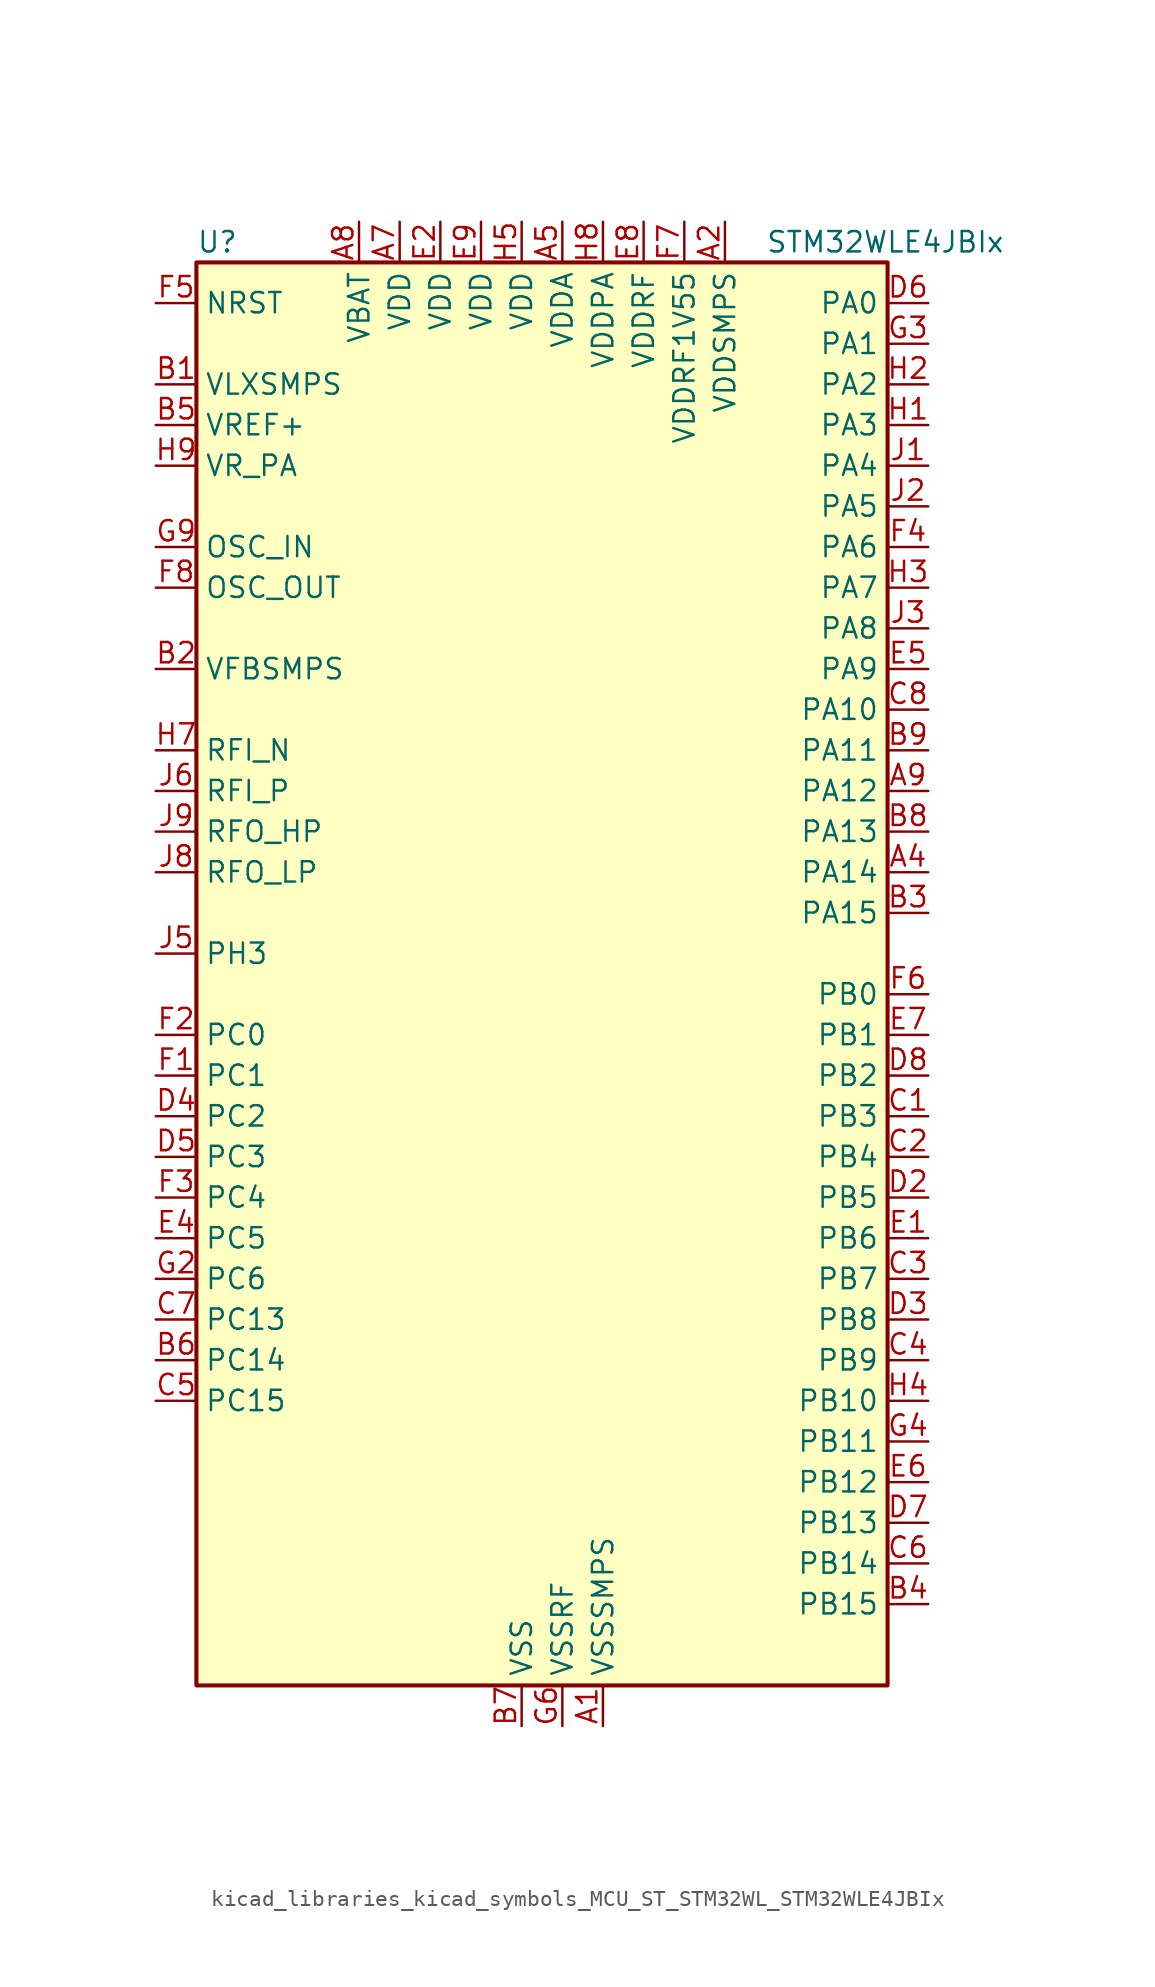
<source format=kicad_sym>
(kicad_symbol_lib
  (version 20220914)
  (generator kicad_symbol_editor)
  (symbol "kicad_libraries_kicad_symbols_MCU_ST_STM32WL_STM32WLE4JBIx"
    (property "Reference" "U"
      (at -20.32 46.99 0)
      (effects (font (size 1.27 1.27)) (justify left)))
    (property "Value" "STM32WLE4JBIx"
      (at 15.24 46.99 0)
      (effects (font (size 1.27 1.27)) (justify left)))
    (property "ki_locked" ""
      (at 0 0 0)
      (effects (font (size 1.27 1.27))))
    (symbol "kicad_libraries_kicad_symbols_MCU_ST_STM32WL_STM32WLE4JBIx_0_1"
      (rectangle (start -20.32 -43.18) (end 22.86 45.72) (stroke (width 0.254) (type default)) (fill (type background))))
    (symbol "kicad_libraries_kicad_symbols_MCU_ST_STM32WL_STM32WLE4JBIx_1_1"
      (pin power_in line (at 5.08 -45.72 90) (length 2.54) (name "VSSSMPS" (effects (font (size 1.27 1.27)))) (number "A1" (effects (font (size 1.27 1.27)))))
      (pin power_in line (at 12.7 48.26 270) (length 2.54) (name "VDDSMPS" (effects (font (size 1.27 1.27)))) (number "A2" (effects (font (size 1.27 1.27)))))
      (pin bidirectional line (at 25.4 7.62 180) (length 2.54) (name "PA14" (effects (font (size 1.27 1.27)))) (number "A4" (effects (font (size 1.27 1.27)))) (alternate "ADC_IN10" bidirectional line) (alternate "DEBUG_JTCK-SWCLK" bidirectional line) (alternate "I2C1_SMBA" bidirectional line) (alternate "LPTIM1_OUT" bidirectional line))
      (pin power_in line (at 2.54 48.26 270) (length 2.54) (name "VDDA" (effects (font (size 1.27 1.27)))) (number "A5" (effects (font (size 1.27 1.27)))))
      (pin power_in line (at -7.62 48.26 270) (length 2.54) (name "VDD" (effects (font (size 1.27 1.27)))) (number "A7" (effects (font (size 1.27 1.27)))))
      (pin power_in line (at -10.16 48.26 270) (length 2.54) (name "VBAT" (effects (font (size 1.27 1.27)))) (number "A8" (effects (font (size 1.27 1.27)))))
      (pin bidirectional line (at 25.4 12.7 180) (length 2.54) (name "PA12" (effects (font (size 1.27 1.27)))) (number "A9" (effects (font (size 1.27 1.27)))) (alternate "ADC_IN8" bidirectional line) (alternate "DEBUG_RF-BUSY" bidirectional line) (alternate "I2C2_SCL" bidirectional line) (alternate "LPTIM3_IN1" bidirectional line) (alternate "SPI1_MOSI" bidirectional line) (alternate "TIM1_ETR" bidirectional line) (alternate "USART1_DE" bidirectional line) (alternate "USART1_RTS" bidirectional line))
      (pin power_in line (at -22.86 38.1 0) (length 2.54) (name "VLXSMPS" (effects (font (size 1.27 1.27)))) (number "B1" (effects (font (size 1.27 1.27)))))
      (pin input line (at -22.86 20.32 0) (length 2.54) (name "VFBSMPS" (effects (font (size 1.27 1.27)))) (number "B2" (effects (font (size 1.27 1.27)))))
      (pin bidirectional line (at 25.4 5.08 180) (length 2.54) (name "PA15" (effects (font (size 1.27 1.27)))) (number "B3" (effects (font (size 1.27 1.27)))) (alternate "ADC_IN11" bidirectional line) (alternate "COMP1_INM" bidirectional line) (alternate "COMP2_INP" bidirectional line) (alternate "DEBUG_JTDI" bidirectional line) (alternate "I2C2_SDA" bidirectional line) (alternate "SPI1_NSS" bidirectional line) (alternate "TIM2_CH1" bidirectional line) (alternate "TIM2_ETR" bidirectional line))
      (pin bidirectional line (at 25.4 -38.1 180) (length 2.54) (name "PB15" (effects (font (size 1.27 1.27)))) (number "B4" (effects (font (size 1.27 1.27)))) (alternate "I2C2_SCL" bidirectional line) (alternate "I2S2_SD" bidirectional line) (alternate "SPI2_MOSI" bidirectional line) (alternate "TIM1_CH3N" bidirectional line))
      (pin input line (at -22.86 35.56 0) (length 2.54) (name "VREF+" (effects (font (size 1.27 1.27)))) (number "B5" (effects (font (size 1.27 1.27)))) (alternate "VREFBUF_OUT" bidirectional line))
      (pin bidirectional line (at -22.86 -22.86 0) (length 2.54) (name "PC14" (effects (font (size 1.27 1.27)))) (number "B6" (effects (font (size 1.27 1.27)))) (alternate "RCC_OSC32_IN" bidirectional line))
      (pin power_in line (at 0 -45.72 90) (length 2.54) (name "VSS" (effects (font (size 1.27 1.27)))) (number "B7" (effects (font (size 1.27 1.27)))))
      (pin bidirectional line (at 25.4 10.16 180) (length 2.54) (name "PA13" (effects (font (size 1.27 1.27)))) (number "B8" (effects (font (size 1.27 1.27)))) (alternate "ADC_IN9" bidirectional line) (alternate "DEBUG_JTMS-SWDIO" bidirectional line) (alternate "I2C2_SMBA" bidirectional line) (alternate "IR_OUT" bidirectional line))
      (pin bidirectional line (at 25.4 15.24 180) (length 2.54) (name "PA11" (effects (font (size 1.27 1.27)))) (number "B9" (effects (font (size 1.27 1.27)))) (alternate "ADC_EXTI11" bidirectional line) (alternate "ADC_IN7" bidirectional line) (alternate "COMP1_INM" bidirectional line) (alternate "COMP2_INM" bidirectional line) (alternate "DEBUG_RF-NRESET" bidirectional line) (alternate "I2C2_SDA" bidirectional line) (alternate "LPTIM3_ETR" bidirectional line) (alternate "SPI1_MISO" bidirectional line) (alternate "TIM1_BKIN2" bidirectional line) (alternate "TIM1_CH4" bidirectional line) (alternate "USART1_CTS" bidirectional line) (alternate "USART1_NSS" bidirectional line))
      (pin bidirectional line (at 25.4 -7.62 180) (length 2.54) (name "PB3" (effects (font (size 1.27 1.27)))) (number "C1" (effects (font (size 1.27 1.27)))) (alternate "ADC_IN2" bidirectional line) (alternate "COMP1_INM" bidirectional line) (alternate "COMP2_INM" bidirectional line) (alternate "DEBUG_JTDO-SWO" bidirectional line) (alternate "DEBUG_RF-DTB1" bidirectional line) (alternate "PWR_WKUP3" bidirectional line) (alternate "RTC_TAMP_IN3" bidirectional line) (alternate "SPI1_SCK" bidirectional line) (alternate "TIM2_CH2" bidirectional line) (alternate "USART1_DE" bidirectional line) (alternate "USART1_RTS" bidirectional line))
      (pin bidirectional line (at 25.4 -10.16 180) (length 2.54) (name "PB4" (effects (font (size 1.27 1.27)))) (number "C2" (effects (font (size 1.27 1.27)))) (alternate "ADC_IN3" bidirectional line) (alternate "COMP1_INP" bidirectional line) (alternate "COMP2_INP" bidirectional line) (alternate "DEBUG_JTRST" bidirectional line) (alternate "DEBUG_RF-LDORDY" bidirectional line) (alternate "I2C3_SDA" bidirectional line) (alternate "SPI1_MISO" bidirectional line) (alternate "TIM17_BKIN" bidirectional line) (alternate "USART1_CTS" bidirectional line) (alternate "USART1_NSS" bidirectional line))
      (pin bidirectional line (at 25.4 -17.78 180) (length 2.54) (name "PB7" (effects (font (size 1.27 1.27)))) (number "C3" (effects (font (size 1.27 1.27)))) (alternate "I2C1_SDA" bidirectional line) (alternate "LPTIM1_IN2" bidirectional line) (alternate "PWR_PVD_IN" bidirectional line) (alternate "TIM17_CH1N" bidirectional line) (alternate "TIM1_BKIN" bidirectional line) (alternate "USART1_RX" bidirectional line))
      (pin bidirectional line (at 25.4 -22.86 180) (length 2.54) (name "PB9" (effects (font (size 1.27 1.27)))) (number "C4" (effects (font (size 1.27 1.27)))) (alternate "DAC_EXTI9" bidirectional line) (alternate "I2C1_SDA" bidirectional line) (alternate "I2S2_WS" bidirectional line) (alternate "IR_OUT" bidirectional line) (alternate "SPI2_NSS" bidirectional line) (alternate "TIM17_CH1" bidirectional line) (alternate "TIM1_CH3N" bidirectional line))
      (pin bidirectional line (at -22.86 -25.4 0) (length 2.54) (name "PC15" (effects (font (size 1.27 1.27)))) (number "C5" (effects (font (size 1.27 1.27)))) (alternate "RCC_OSC32_OUT" bidirectional line))
      (pin bidirectional line (at 25.4 -35.56 180) (length 2.54) (name "PB14" (effects (font (size 1.27 1.27)))) (number "C6" (effects (font (size 1.27 1.27)))) (alternate "ADC_IN1" bidirectional line) (alternate "I2C3_SDA" bidirectional line) (alternate "I2S2_MCK" bidirectional line) (alternate "SPI2_MISO" bidirectional line) (alternate "TIM1_CH2N" bidirectional line))
      (pin bidirectional line (at -22.86 -20.32 0) (length 2.54) (name "PC13" (effects (font (size 1.27 1.27)))) (number "C7" (effects (font (size 1.27 1.27)))) (alternate "PWR_WKUP2" bidirectional line) (alternate "RTC_OUT1" bidirectional line) (alternate "RTC_TAMP_IN1" bidirectional line) (alternate "RTC_TS" bidirectional line))
      (pin bidirectional line (at 25.4 17.78 180) (length 2.54) (name "PA10" (effects (font (size 1.27 1.27)))) (number "C8" (effects (font (size 1.27 1.27)))) (alternate "ADC_IN6" bidirectional line) (alternate "COMP1_INM" bidirectional line) (alternate "COMP2_INM" bidirectional line) (alternate "DAC_OUT1" bidirectional line) (alternate "DEBUG_RF-HSE32RDY" bidirectional line) (alternate "I2C1_SDA" bidirectional line) (alternate "I2S2_SD" bidirectional line) (alternate "RTC_REFIN" bidirectional line) (alternate "SPI2_MOSI" bidirectional line) (alternate "TIM17_BKIN" bidirectional line) (alternate "TIM1_CH3" bidirectional line) (alternate "USART1_RX" bidirectional line))
      (pin bidirectional line (at 25.4 -12.7 180) (length 2.54) (name "PB5" (effects (font (size 1.27 1.27)))) (number "D2" (effects (font (size 1.27 1.27)))) (alternate "COMP2_OUT" bidirectional line) (alternate "I2C1_SMBA" bidirectional line) (alternate "LPTIM1_IN1" bidirectional line) (alternate "SPI1_MOSI" bidirectional line) (alternate "TIM16_BKIN" bidirectional line) (alternate "USART1_CK" bidirectional line))
      (pin bidirectional line (at 25.4 -20.32 180) (length 2.54) (name "PB8" (effects (font (size 1.27 1.27)))) (number "D3" (effects (font (size 1.27 1.27)))) (alternate "I2C1_SCL" bidirectional line) (alternate "TIM16_CH1" bidirectional line) (alternate "TIM1_CH2N" bidirectional line))
      (pin bidirectional line (at -22.86 -7.62 0) (length 2.54) (name "PC2" (effects (font (size 1.27 1.27)))) (number "D4" (effects (font (size 1.27 1.27)))) (alternate "LPTIM1_IN2" bidirectional line) (alternate "SPI2_MISO" bidirectional line))
      (pin bidirectional line (at -22.86 -10.16 0) (length 2.54) (name "PC3" (effects (font (size 1.27 1.27)))) (number "D5" (effects (font (size 1.27 1.27)))) (alternate "I2S2_SD" bidirectional line) (alternate "LPTIM1_ETR" bidirectional line) (alternate "LPTIM2_ETR" bidirectional line) (alternate "SPI2_MOSI" bidirectional line))
      (pin bidirectional line (at 25.4 43.18 180) (length 2.54) (name "PA0" (effects (font (size 1.27 1.27)))) (number "D6" (effects (font (size 1.27 1.27)))) (alternate "COMP1_OUT" bidirectional line) (alternate "DEBUG_PWR-REGLP1S" bidirectional line) (alternate "I2C3_SMBA" bidirectional line) (alternate "I2S_CKIN" bidirectional line) (alternate "PWR_WKUP1" bidirectional line) (alternate "RTC_TAMP_IN2" bidirectional line) (alternate "TIM2_CH1" bidirectional line) (alternate "TIM2_ETR" bidirectional line) (alternate "USART2_CTS" bidirectional line) (alternate "USART2_NSS" bidirectional line))
      (pin bidirectional line (at 25.4 -33.02 180) (length 2.54) (name "PB13" (effects (font (size 1.27 1.27)))) (number "D7" (effects (font (size 1.27 1.27)))) (alternate "ADC_IN0" bidirectional line) (alternate "I2C3_SCL" bidirectional line) (alternate "I2S2_CK" bidirectional line) (alternate "LPUART1_CTS" bidirectional line) (alternate "SPI2_SCK" bidirectional line) (alternate "TIM1_CH1N" bidirectional line))
      (pin bidirectional line (at 25.4 -5.08 180) (length 2.54) (name "PB2" (effects (font (size 1.27 1.27)))) (number "D8" (effects (font (size 1.27 1.27)))) (alternate "ADC_IN4" bidirectional line) (alternate "COMP1_INP" bidirectional line) (alternate "COMP2_INM" bidirectional line) (alternate "DEBUG_RF-SMPSRDY" bidirectional line) (alternate "I2C3_SMBA" bidirectional line) (alternate "LPTIM1_OUT" bidirectional line) (alternate "SPI1_NSS" bidirectional line))
      (pin passive line (at 0 -45.72 90) (length 2.54) hide (name "VSS" (effects (font (size 1.27 1.27)))) (number "D9" (effects (font (size 1.27 1.27)))))
      (pin bidirectional line (at 25.4 -15.24 180) (length 2.54) (name "PB6" (effects (font (size 1.27 1.27)))) (number "E1" (effects (font (size 1.27 1.27)))) (alternate "I2C1_SCL" bidirectional line) (alternate "LPTIM1_ETR" bidirectional line) (alternate "TIM16_CH1N" bidirectional line) (alternate "USART1_TX" bidirectional line))
      (pin power_in line (at -5.08 48.26 270) (length 2.54) (name "VDD" (effects (font (size 1.27 1.27)))) (number "E2" (effects (font (size 1.27 1.27)))))
      (pin passive line (at 0 -45.72 90) (length 2.54) hide (name "VSS" (effects (font (size 1.27 1.27)))) (number "E3" (effects (font (size 1.27 1.27)))))
      (pin bidirectional line (at -22.86 -15.24 0) (length 2.54) (name "PC5" (effects (font (size 1.27 1.27)))) (number "E4" (effects (font (size 1.27 1.27)))))
      (pin bidirectional line (at 25.4 20.32 180) (length 2.54) (name "PA9" (effects (font (size 1.27 1.27)))) (number "E5" (effects (font (size 1.27 1.27)))) (alternate "DAC_EXTI9" bidirectional line) (alternate "I2C1_SCL" bidirectional line) (alternate "I2S2_CK" bidirectional line) (alternate "I2S2_WS" bidirectional line) (alternate "SPI2_NSS" bidirectional line) (alternate "SPI2_SCK" bidirectional line) (alternate "TIM1_CH2" bidirectional line) (alternate "USART1_TX" bidirectional line))
      (pin bidirectional line (at 25.4 -30.48 180) (length 2.54) (name "PB12" (effects (font (size 1.27 1.27)))) (number "E6" (effects (font (size 1.27 1.27)))) (alternate "I2C3_SMBA" bidirectional line) (alternate "I2S2_WS" bidirectional line) (alternate "LPUART1_RTS" bidirectional line) (alternate "SPI2_NSS" bidirectional line) (alternate "TIM1_BKIN" bidirectional line))
      (pin bidirectional line (at 25.4 -2.54 180) (length 2.54) (name "PB1" (effects (font (size 1.27 1.27)))) (number "E7" (effects (font (size 1.27 1.27)))) (alternate "ADC_IN5" bidirectional line) (alternate "COMP2_INP" bidirectional line) (alternate "LPTIM2_IN1" bidirectional line) (alternate "LPUART1_DE" bidirectional line) (alternate "LPUART1_RTS" bidirectional line))
      (pin power_in line (at 7.62 48.26 270) (length 2.54) (name "VDDRF" (effects (font (size 1.27 1.27)))) (number "E8" (effects (font (size 1.27 1.27)))))
      (pin power_in line (at -2.54 48.26 270) (length 2.54) (name "VDD" (effects (font (size 1.27 1.27)))) (number "E9" (effects (font (size 1.27 1.27)))))
      (pin bidirectional line (at -22.86 -5.08 0) (length 2.54) (name "PC1" (effects (font (size 1.27 1.27)))) (number "F1" (effects (font (size 1.27 1.27)))) (alternate "I2C3_SDA" bidirectional line) (alternate "I2S2_SD" bidirectional line) (alternate "LPTIM1_OUT" bidirectional line) (alternate "LPUART1_TX" bidirectional line) (alternate "SPI2_MOSI" bidirectional line))
      (pin bidirectional line (at -22.86 -2.54 0) (length 2.54) (name "PC0" (effects (font (size 1.27 1.27)))) (number "F2" (effects (font (size 1.27 1.27)))) (alternate "I2C3_SCL" bidirectional line) (alternate "LPTIM1_IN1" bidirectional line) (alternate "LPTIM2_IN1" bidirectional line) (alternate "LPUART1_RX" bidirectional line))
      (pin bidirectional line (at -22.86 -12.7 0) (length 2.54) (name "PC4" (effects (font (size 1.27 1.27)))) (number "F3" (effects (font (size 1.27 1.27)))))
      (pin bidirectional line (at 25.4 27.94 180) (length 2.54) (name "PA6" (effects (font (size 1.27 1.27)))) (number "F4" (effects (font (size 1.27 1.27)))) (alternate "DEBUG_SUBGHZSPI-MISOOUT" bidirectional line) (alternate "I2C2_SMBA" bidirectional line) (alternate "LPUART1_CTS" bidirectional line) (alternate "SPI1_MISO" bidirectional line) (alternate "TIM16_CH1" bidirectional line) (alternate "TIM1_BKIN" bidirectional line))
      (pin input line (at -22.86 43.18 0) (length 2.54) (name "NRST" (effects (font (size 1.27 1.27)))) (number "F5" (effects (font (size 1.27 1.27)))))
      (pin bidirectional line (at 25.4 0 180) (length 2.54) (name "PB0" (effects (font (size 1.27 1.27)))) (number "F6" (effects (font (size 1.27 1.27)))) (alternate "COMP1_OUT" bidirectional line) (alternate "VDDTCXO" bidirectional line))
      (pin power_in line (at 10.16 48.26 270) (length 2.54) (name "VDDRF1V55" (effects (font (size 1.27 1.27)))) (number "F7" (effects (font (size 1.27 1.27)))))
      (pin input line (at -22.86 25.4 0) (length 2.54) (name "OSC_OUT" (effects (font (size 1.27 1.27)))) (number "F8" (effects (font (size 1.27 1.27)))) (alternate "RCC_OSC_OUT" bidirectional line))
      (pin bidirectional line (at -22.86 -17.78 0) (length 2.54) (name "PC6" (effects (font (size 1.27 1.27)))) (number "G2" (effects (font (size 1.27 1.27)))) (alternate "I2S2_MCK" bidirectional line))
      (pin bidirectional line (at 25.4 40.64 180) (length 2.54) (name "PA1" (effects (font (size 1.27 1.27)))) (number "G3" (effects (font (size 1.27 1.27)))) (alternate "DEBUG_PWR-REGLP2S" bidirectional line) (alternate "I2C1_SMBA" bidirectional line) (alternate "LPTIM3_OUT" bidirectional line) (alternate "LPUART1_RTS" bidirectional line) (alternate "SPI1_SCK" bidirectional line) (alternate "TIM2_CH2" bidirectional line) (alternate "USART2_DE" bidirectional line) (alternate "USART2_RTS" bidirectional line))
      (pin bidirectional line (at 25.4 -27.94 180) (length 2.54) (name "PB11" (effects (font (size 1.27 1.27)))) (number "G4" (effects (font (size 1.27 1.27)))) (alternate "ADC_EXTI11" bidirectional line) (alternate "COMP2_OUT" bidirectional line) (alternate "I2C3_SDA" bidirectional line) (alternate "LPUART1_TX" bidirectional line) (alternate "TIM2_CH4" bidirectional line))
      (pin passive line (at 0 -45.72 90) (length 2.54) hide (name "VSS" (effects (font (size 1.27 1.27)))) (number "G5" (effects (font (size 1.27 1.27)))))
      (pin power_in line (at 2.54 -45.72 90) (length 2.54) (name "VSSRF" (effects (font (size 1.27 1.27)))) (number "G6" (effects (font (size 1.27 1.27)))))
      (pin passive line (at 2.54 -45.72 90) (length 2.54) hide (name "VSSRF" (effects (font (size 1.27 1.27)))) (number "G7" (effects (font (size 1.27 1.27)))))
      (pin passive line (at 2.54 -45.72 90) (length 2.54) hide (name "VSSRF" (effects (font (size 1.27 1.27)))) (number "G8" (effects (font (size 1.27 1.27)))))
      (pin input line (at -22.86 27.94 0) (length 2.54) (name "OSC_IN" (effects (font (size 1.27 1.27)))) (number "G9" (effects (font (size 1.27 1.27)))) (alternate "RCC_OSC_IN" bidirectional line))
      (pin bidirectional line (at 25.4 35.56 180) (length 2.54) (name "PA3" (effects (font (size 1.27 1.27)))) (number "H1" (effects (font (size 1.27 1.27)))) (alternate "I2S2_MCK" bidirectional line) (alternate "LPUART1_RX" bidirectional line) (alternate "TIM2_CH4" bidirectional line) (alternate "USART2_RX" bidirectional line))
      (pin bidirectional line (at 25.4 38.1 180) (length 2.54) (name "PA2" (effects (font (size 1.27 1.27)))) (number "H2" (effects (font (size 1.27 1.27)))) (alternate "COMP2_OUT" bidirectional line) (alternate "DEBUG_PWR-LDORDY" bidirectional line) (alternate "LPUART1_TX" bidirectional line) (alternate "RCC_LSCO" bidirectional line) (alternate "TIM2_CH3" bidirectional line) (alternate "USART2_TX" bidirectional line))
      (pin bidirectional line (at 25.4 25.4 180) (length 2.54) (name "PA7" (effects (font (size 1.27 1.27)))) (number "H3" (effects (font (size 1.27 1.27)))) (alternate "COMP2_OUT" bidirectional line) (alternate "DEBUG_SUBGHZSPI-MOSIOUT" bidirectional line) (alternate "I2C3_SCL" bidirectional line) (alternate "SPI1_MOSI" bidirectional line) (alternate "TIM17_CH1" bidirectional line) (alternate "TIM1_CH1N" bidirectional line))
      (pin bidirectional line (at 25.4 -25.4 180) (length 2.54) (name "PB10" (effects (font (size 1.27 1.27)))) (number "H4" (effects (font (size 1.27 1.27)))) (alternate "COMP1_OUT" bidirectional line) (alternate "I2C3_SCL" bidirectional line) (alternate "I2S2_CK" bidirectional line) (alternate "LPUART1_RX" bidirectional line) (alternate "SPI2_SCK" bidirectional line) (alternate "TIM2_CH3" bidirectional line))
      (pin power_in line (at 0 48.26 270) (length 2.54) (name "VDD" (effects (font (size 1.27 1.27)))) (number "H5" (effects (font (size 1.27 1.27)))))
      (pin passive line (at 2.54 -45.72 90) (length 2.54) hide (name "VSSRF" (effects (font (size 1.27 1.27)))) (number "H6" (effects (font (size 1.27 1.27)))))
      (pin bidirectional line (at -22.86 15.24 0) (length 2.54) (name "RFI_N" (effects (font (size 1.27 1.27)))) (number "H7" (effects (font (size 1.27 1.27)))))
      (pin power_in line (at 5.08 48.26 270) (length 2.54) (name "VDDPA" (effects (font (size 1.27 1.27)))) (number "H8" (effects (font (size 1.27 1.27)))))
      (pin power_in line (at -22.86 33.02 0) (length 2.54) (name "VR_PA" (effects (font (size 1.27 1.27)))) (number "H9" (effects (font (size 1.27 1.27)))))
      (pin bidirectional line (at 25.4 33.02 180) (length 2.54) (name "PA4" (effects (font (size 1.27 1.27)))) (number "J1" (effects (font (size 1.27 1.27)))) (alternate "DEBUG_SUBGHZSPI-NSSOUT" bidirectional line) (alternate "LPTIM1_OUT" bidirectional line) (alternate "LPTIM2_OUT" bidirectional line) (alternate "RTC_OUT2" bidirectional line) (alternate "SPI1_NSS" bidirectional line) (alternate "USART2_CK" bidirectional line))
      (pin bidirectional line (at 25.4 30.48 180) (length 2.54) (name "PA5" (effects (font (size 1.27 1.27)))) (number "J2" (effects (font (size 1.27 1.27)))) (alternate "DEBUG_SUBGHZSPI-SCKOUT" bidirectional line) (alternate "LPTIM2_ETR" bidirectional line) (alternate "SPI1_SCK" bidirectional line) (alternate "SPI2_MISO" bidirectional line) (alternate "TIM2_CH1" bidirectional line) (alternate "TIM2_ETR" bidirectional line))
      (pin bidirectional line (at 25.4 22.86 180) (length 2.54) (name "PA8" (effects (font (size 1.27 1.27)))) (number "J3" (effects (font (size 1.27 1.27)))) (alternate "I2S2_CK" bidirectional line) (alternate "LPTIM2_OUT" bidirectional line) (alternate "RCC_MCO" bidirectional line) (alternate "SPI2_SCK" bidirectional line) (alternate "TIM1_CH1" bidirectional line) (alternate "USART1_CK" bidirectional line))
      (pin bidirectional line (at -22.86 2.54 0) (length 2.54) (name "PH3" (effects (font (size 1.27 1.27)))) (number "J5" (effects (font (size 1.27 1.27)))))
      (pin bidirectional line (at -22.86 12.7 0) (length 2.54) (name "RFI_P" (effects (font (size 1.27 1.27)))) (number "J6" (effects (font (size 1.27 1.27)))))
      (pin bidirectional line (at -22.86 7.62 0) (length 2.54) (name "RFO_LP" (effects (font (size 1.27 1.27)))) (number "J8" (effects (font (size 1.27 1.27)))))
      (pin bidirectional line (at -22.86 10.16 0) (length 2.54) (name "RFO_HP" (effects (font (size 1.27 1.27)))) (number "J9" (effects (font (size 1.27 1.27))))))))
</source>
